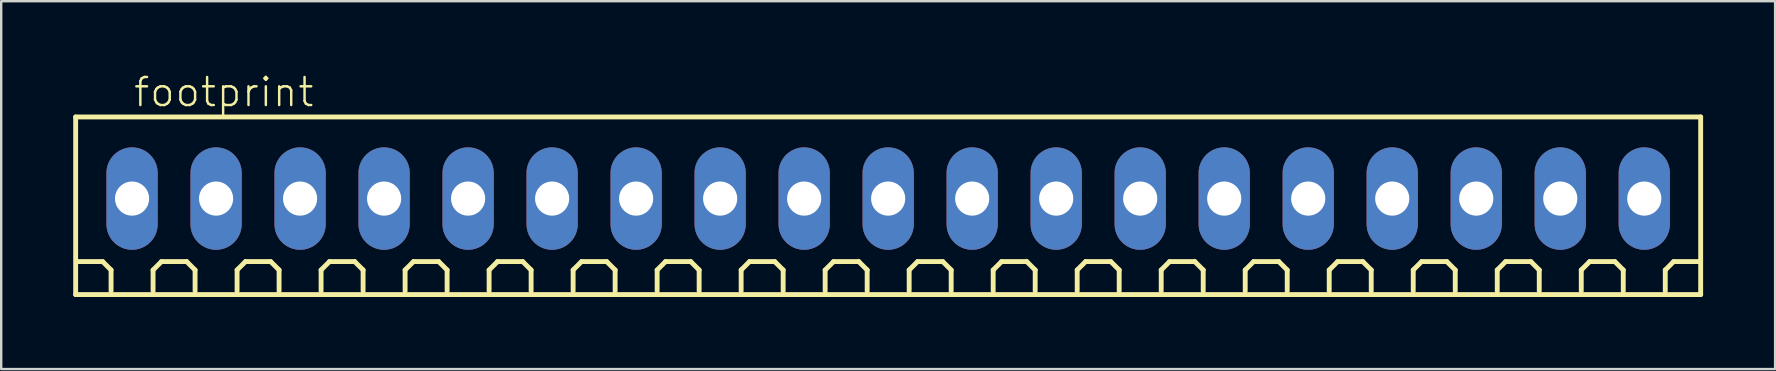
<source format=kicad_pcb>
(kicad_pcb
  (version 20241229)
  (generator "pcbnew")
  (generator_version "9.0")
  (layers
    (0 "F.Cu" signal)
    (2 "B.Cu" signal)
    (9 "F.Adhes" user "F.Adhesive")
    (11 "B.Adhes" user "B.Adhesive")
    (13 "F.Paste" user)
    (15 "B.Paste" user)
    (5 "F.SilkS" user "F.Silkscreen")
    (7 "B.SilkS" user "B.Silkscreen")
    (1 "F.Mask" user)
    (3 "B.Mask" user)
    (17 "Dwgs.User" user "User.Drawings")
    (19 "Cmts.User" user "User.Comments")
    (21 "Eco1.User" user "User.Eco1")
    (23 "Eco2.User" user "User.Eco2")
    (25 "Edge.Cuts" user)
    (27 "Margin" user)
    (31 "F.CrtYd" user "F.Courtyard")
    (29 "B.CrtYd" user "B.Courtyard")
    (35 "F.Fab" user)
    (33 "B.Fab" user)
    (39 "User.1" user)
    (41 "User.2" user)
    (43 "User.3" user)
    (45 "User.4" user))
  (footprint "footprint"
    (layer "F.Cu")
    (at 33.952 5.223)
    (property "Reference" "footprint" (at -31.5 -3.75 0) (layer "F.SilkS") (effects (font (size 1.168 1.168) (thickness 0.102)) (justify left bottom)))
    (fp_line (start -33.85 -3.4) (end 33.85 -3.4) (stroke (width 0.203) (type solid)) (layer "F.SilkS"))
    (fp_line (start -33.85 4) (end -33.85 -3.4) (stroke (width 0.203) (type solid)) (layer "F.SilkS"))
    (fp_line (start -32.725 2.625) (end -33.775 2.625) (stroke (width 0.203) (type solid)) (layer "F.SilkS"))
    (fp_line (start -32.375 2.975) (end -32.725 2.625) (stroke (width 0.203) (type solid)) (layer "F.SilkS"))
    (fp_line (start -32.375 3.85) (end -32.375 2.975) (stroke (width 0.203) (type solid)) (layer "F.SilkS"))
    (fp_line (start -30.625 2.975) (end -30.275 2.625) (stroke (width 0.203) (type solid)) (layer "F.SilkS"))
    (fp_line (start -30.625 3.85) (end -30.625 2.975) (stroke (width 0.203) (type solid)) (layer "F.SilkS"))
    (fp_line (start -30.275 2.625) (end -29.225 2.625) (stroke (width 0.203) (type solid)) (layer "F.SilkS"))
    (fp_line (start -29.225 2.625) (end -28.875 2.975) (stroke (width 0.203) (type solid)) (layer "F.SilkS"))
    (fp_line (start -28.875 2.975) (end -28.875 3.85) (stroke (width 0.203) (type solid)) (layer "F.SilkS"))
    (fp_line (start -27.125 2.975) (end -26.775 2.625) (stroke (width 0.203) (type solid)) (layer "F.SilkS"))
    (fp_line (start -27.125 3.85) (end -27.125 2.975) (stroke (width 0.203) (type solid)) (layer "F.SilkS"))
    (fp_line (start -26.775 2.625) (end -25.725 2.625) (stroke (width 0.203) (type solid)) (layer "F.SilkS"))
    (fp_line (start -25.725 2.625) (end -25.375 2.975) (stroke (width 0.203) (type solid)) (layer "F.SilkS"))
    (fp_line (start -25.375 2.975) (end -25.375 3.85) (stroke (width 0.203) (type solid)) (layer "F.SilkS"))
    (fp_line (start -23.625 2.975) (end -23.275 2.625) (stroke (width 0.203) (type solid)) (layer "F.SilkS"))
    (fp_line (start -23.625 3.85) (end -23.625 2.975) (stroke (width 0.203) (type solid)) (layer "F.SilkS"))
    (fp_line (start -23.275 2.625) (end -22.225 2.625) (stroke (width 0.203) (type solid)) (layer "F.SilkS"))
    (fp_line (start -22.225 2.625) (end -21.875 2.975) (stroke (width 0.203) (type solid)) (layer "F.SilkS"))
    (fp_line (start -21.875 2.975) (end -21.875 3.85) (stroke (width 0.203) (type solid)) (layer "F.SilkS"))
    (fp_line (start -20.125 2.975) (end -19.775 2.625) (stroke (width 0.203) (type solid)) (layer "F.SilkS"))
    (fp_line (start -20.125 3.85) (end -20.125 2.975) (stroke (width 0.203) (type solid)) (layer "F.SilkS"))
    (fp_line (start -19.775 2.625) (end -18.725 2.625) (stroke (width 0.203) (type solid)) (layer "F.SilkS"))
    (fp_line (start -18.725 2.625) (end -18.375 2.975) (stroke (width 0.203) (type solid)) (layer "F.SilkS"))
    (fp_line (start -18.375 2.975) (end -18.375 3.85) (stroke (width 0.203) (type solid)) (layer "F.SilkS"))
    (fp_line (start -16.625 2.975) (end -16.275 2.625) (stroke (width 0.203) (type solid)) (layer "F.SilkS"))
    (fp_line (start -16.625 3.85) (end -16.625 2.975) (stroke (width 0.203) (type solid)) (layer "F.SilkS"))
    (fp_line (start -16.275 2.625) (end -15.225 2.625) (stroke (width 0.203) (type solid)) (layer "F.SilkS"))
    (fp_line (start -15.225 2.625) (end -14.875 2.975) (stroke (width 0.203) (type solid)) (layer "F.SilkS"))
    (fp_line (start -14.875 2.975) (end -14.875 3.85) (stroke (width 0.203) (type solid)) (layer "F.SilkS"))
    (fp_line (start -13.125 2.975) (end -12.775 2.625) (stroke (width 0.203) (type solid)) (layer "F.SilkS"))
    (fp_line (start -13.125 3.85) (end -13.125 2.975) (stroke (width 0.203) (type solid)) (layer "F.SilkS"))
    (fp_line (start -12.775 2.625) (end -11.725 2.625) (stroke (width 0.203) (type solid)) (layer "F.SilkS"))
    (fp_line (start -11.725 2.625) (end -11.375 2.975) (stroke (width 0.203) (type solid)) (layer "F.SilkS"))
    (fp_line (start -11.375 2.975) (end -11.375 3.85) (stroke (width 0.203) (type solid)) (layer "F.SilkS"))
    (fp_line (start -9.625 2.975) (end -9.275 2.625) (stroke (width 0.203) (type solid)) (layer "F.SilkS"))
    (fp_line (start -9.625 3.85) (end -9.625 2.975) (stroke (width 0.203) (type solid)) (layer "F.SilkS"))
    (fp_line (start -9.275 2.625) (end -8.225 2.625) (stroke (width 0.203) (type solid)) (layer "F.SilkS"))
    (fp_line (start -8.225 2.625) (end -7.875 2.975) (stroke (width 0.203) (type solid)) (layer "F.SilkS"))
    (fp_line (start -7.875 2.975) (end -7.875 3.85) (stroke (width 0.203) (type solid)) (layer "F.SilkS"))
    (fp_line (start -6.125 2.975) (end -5.775 2.625) (stroke (width 0.203) (type solid)) (layer "F.SilkS"))
    (fp_line (start -6.125 3.85) (end -6.125 2.975) (stroke (width 0.203) (type solid)) (layer "F.SilkS"))
    (fp_line (start -5.775 2.625) (end -4.725 2.625) (stroke (width 0.203) (type solid)) (layer "F.SilkS"))
    (fp_line (start -4.725 2.625) (end -4.375 2.975) (stroke (width 0.203) (type solid)) (layer "F.SilkS"))
    (fp_line (start -4.375 2.975) (end -4.375 3.85) (stroke (width 0.203) (type solid)) (layer "F.SilkS"))
    (fp_line (start -2.625 2.975) (end -2.275 2.625) (stroke (width 0.203) (type solid)) (layer "F.SilkS"))
    (fp_line (start -2.625 3.85) (end -2.625 2.975) (stroke (width 0.203) (type solid)) (layer "F.SilkS"))
    (fp_line (start -2.275 2.625) (end -1.225 2.625) (stroke (width 0.203) (type solid)) (layer "F.SilkS"))
    (fp_line (start -1.225 2.625) (end -0.875 2.975) (stroke (width 0.203) (type solid)) (layer "F.SilkS"))
    (fp_line (start -0.875 2.975) (end -0.875 3.85) (stroke (width 0.203) (type solid)) (layer "F.SilkS"))
    (fp_line (start 0.875 2.975) (end 1.225 2.625) (stroke (width 0.203) (type solid)) (layer "F.SilkS"))
    (fp_line (start 0.875 3.85) (end 0.875 2.975) (stroke (width 0.203) (type solid)) (layer "F.SilkS"))
    (fp_line (start 1.225 2.625) (end 2.275 2.625) (stroke (width 0.203) (type solid)) (layer "F.SilkS"))
    (fp_line (start 2.275 2.625) (end 2.625 2.975) (stroke (width 0.203) (type solid)) (layer "F.SilkS"))
    (fp_line (start 2.625 2.975) (end 2.625 3.85) (stroke (width 0.203) (type solid)) (layer "F.SilkS"))
    (fp_line (start 4.375 2.975) (end 4.725 2.625) (stroke (width 0.203) (type solid)) (layer "F.SilkS"))
    (fp_line (start 4.375 3.85) (end 4.375 2.975) (stroke (width 0.203) (type solid)) (layer "F.SilkS"))
    (fp_line (start 4.725 2.625) (end 5.775 2.625) (stroke (width 0.203) (type solid)) (layer "F.SilkS"))
    (fp_line (start 5.775 2.625) (end 6.125 2.975) (stroke (width 0.203) (type solid)) (layer "F.SilkS"))
    (fp_line (start 6.125 2.975) (end 6.125 3.85) (stroke (width 0.203) (type solid)) (layer "F.SilkS"))
    (fp_line (start 7.875 2.975) (end 8.225 2.625) (stroke (width 0.203) (type solid)) (layer "F.SilkS"))
    (fp_line (start 7.875 3.85) (end 7.875 2.975) (stroke (width 0.203) (type solid)) (layer "F.SilkS"))
    (fp_line (start 8.225 2.625) (end 9.275 2.625) (stroke (width 0.203) (type solid)) (layer "F.SilkS"))
    (fp_line (start 9.275 2.625) (end 9.625 2.975) (stroke (width 0.203) (type solid)) (layer "F.SilkS"))
    (fp_line (start 9.625 2.975) (end 9.625 3.85) (stroke (width 0.203) (type solid)) (layer "F.SilkS"))
    (fp_line (start 11.375 2.975) (end 11.725 2.625) (stroke (width 0.203) (type solid)) (layer "F.SilkS"))
    (fp_line (start 11.375 3.85) (end 11.375 2.975) (stroke (width 0.203) (type solid)) (layer "F.SilkS"))
    (fp_line (start 11.725 2.625) (end 12.775 2.625) (stroke (width 0.203) (type solid)) (layer "F.SilkS"))
    (fp_line (start 12.775 2.625) (end 13.125 2.975) (stroke (width 0.203) (type solid)) (layer "F.SilkS"))
    (fp_line (start 13.125 2.975) (end 13.125 3.85) (stroke (width 0.203) (type solid)) (layer "F.SilkS"))
    (fp_line (start 14.875 2.975) (end 15.225 2.625) (stroke (width 0.203) (type solid)) (layer "F.SilkS"))
    (fp_line (start 14.875 3.85) (end 14.875 2.975) (stroke (width 0.203) (type solid)) (layer "F.SilkS"))
    (fp_line (start 15.225 2.625) (end 16.275 2.625) (stroke (width 0.203) (type solid)) (layer "F.SilkS"))
    (fp_line (start 16.275 2.625) (end 16.625 2.975) (stroke (width 0.203) (type solid)) (layer "F.SilkS"))
    (fp_line (start 16.625 2.975) (end 16.625 3.85) (stroke (width 0.203) (type solid)) (layer "F.SilkS"))
    (fp_line (start 18.375 2.975) (end 18.725 2.625) (stroke (width 0.203) (type solid)) (layer "F.SilkS"))
    (fp_line (start 18.375 3.85) (end 18.375 2.975) (stroke (width 0.203) (type solid)) (layer "F.SilkS"))
    (fp_line (start 18.725 2.625) (end 19.775 2.625) (stroke (width 0.203) (type solid)) (layer "F.SilkS"))
    (fp_line (start 19.775 2.625) (end 20.125 2.975) (stroke (width 0.203) (type solid)) (layer "F.SilkS"))
    (fp_line (start 20.125 2.975) (end 20.125 3.85) (stroke (width 0.203) (type solid)) (layer "F.SilkS"))
    (fp_line (start 21.875 2.975) (end 22.225 2.625) (stroke (width 0.203) (type solid)) (layer "F.SilkS"))
    (fp_line (start 21.875 3.85) (end 21.875 2.975) (stroke (width 0.203) (type solid)) (layer "F.SilkS"))
    (fp_line (start 22.225 2.625) (end 23.275 2.625) (stroke (width 0.203) (type solid)) (layer "F.SilkS"))
    (fp_line (start 23.275 2.625) (end 23.625 2.975) (stroke (width 0.203) (type solid)) (layer "F.SilkS"))
    (fp_line (start 23.625 2.975) (end 23.625 3.85) (stroke (width 0.203) (type solid)) (layer "F.SilkS"))
    (fp_line (start 25.375 2.975) (end 25.725 2.625) (stroke (width 0.203) (type solid)) (layer "F.SilkS"))
    (fp_line (start 25.375 3.85) (end 25.375 2.975) (stroke (width 0.203) (type solid)) (layer "F.SilkS"))
    (fp_line (start 25.725 2.625) (end 26.775 2.625) (stroke (width 0.203) (type solid)) (layer "F.SilkS"))
    (fp_line (start 26.775 2.625) (end 27.125 2.975) (stroke (width 0.203) (type solid)) (layer "F.SilkS"))
    (fp_line (start 27.125 2.975) (end 27.125 3.85) (stroke (width 0.203) (type solid)) (layer "F.SilkS"))
    (fp_line (start 28.875 2.975) (end 29.225 2.625) (stroke (width 0.203) (type solid)) (layer "F.SilkS"))
    (fp_line (start 28.875 3.85) (end 28.875 2.975) (stroke (width 0.203) (type solid)) (layer "F.SilkS"))
    (fp_line (start 29.225 2.625) (end 30.275 2.625) (stroke (width 0.203) (type solid)) (layer "F.SilkS"))
    (fp_line (start 30.275 2.625) (end 30.625 2.975) (stroke (width 0.203) (type solid)) (layer "F.SilkS"))
    (fp_line (start 30.625 2.975) (end 30.625 3.85) (stroke (width 0.203) (type solid)) (layer "F.SilkS"))
    (fp_line (start 32.375 2.975) (end 32.725 2.625) (stroke (width 0.203) (type solid)) (layer "F.SilkS"))
    (fp_line (start 32.375 3.85) (end 32.375 2.975) (stroke (width 0.203) (type solid)) (layer "F.SilkS"))
    (fp_line (start 32.725 2.625) (end 33.775 2.625) (stroke (width 0.203) (type solid)) (layer "F.SilkS"))
    (fp_line (start 33.85 -3.4) (end 33.85 4) (stroke (width 0.203) (type solid)) (layer "F.SilkS"))
    (fp_line (start 33.85 4) (end -33.85 4) (stroke (width 0.203) (type solid)) (layer "F.SilkS"))
    (pad "1" thru_hole oval (at -31.5 0 90) (size 4.267 2.134) (drill 1.422) (layers "*.Cu" "*.Mask"))
    (pad "2" thru_hole oval (at -28 0 90) (size 4.267 2.134) (drill 1.422) (layers "*.Cu" "*.Mask"))
    (pad "3" thru_hole oval (at -24.5 0 90) (size 4.267 2.134) (drill 1.422) (layers "*.Cu" "*.Mask"))
    (pad "4" thru_hole oval (at -21 0 90) (size 4.267 2.134) (drill 1.422) (layers "*.Cu" "*.Mask"))
    (pad "5" thru_hole oval (at -17.5 0 90) (size 4.267 2.134) (drill 1.422) (layers "*.Cu" "*.Mask"))
    (pad "6" thru_hole oval (at -14 0 90) (size 4.267 2.134) (drill 1.422) (layers "*.Cu" "*.Mask"))
    (pad "7" thru_hole oval (at -10.5 0 90) (size 4.267 2.134) (drill 1.422) (layers "*.Cu" "*.Mask"))
    (pad "8" thru_hole oval (at -7 0 90) (size 4.267 2.134) (drill 1.422) (layers "*.Cu" "*.Mask"))
    (pad "9" thru_hole oval (at -3.5 0 90) (size 4.267 2.134) (drill 1.422) (layers "*.Cu" "*.Mask"))
    (pad "10" thru_hole oval (at 0 0 90) (size 4.267 2.134) (drill 1.422) (layers "*.Cu" "*.Mask"))
    (pad "11" thru_hole oval (at 3.5 0 90) (size 4.267 2.134) (drill 1.422) (layers "*.Cu" "*.Mask"))
    (pad "12" thru_hole oval (at 7 0 90) (size 4.267 2.134) (drill 1.422) (layers "*.Cu" "*.Mask"))
    (pad "13" thru_hole oval (at 10.5 0 90) (size 4.267 2.134) (drill 1.422) (layers "*.Cu" "*.Mask"))
    (pad "14" thru_hole oval (at 14 0 90) (size 4.267 2.134) (drill 1.422) (layers "*.Cu" "*.Mask"))
    (pad "15" thru_hole oval (at 17.5 0 90) (size 4.267 2.134) (drill 1.422) (layers "*.Cu" "*.Mask"))
    (pad "16" thru_hole oval (at 21 0 90) (size 4.267 2.134) (drill 1.422) (layers "*.Cu" "*.Mask"))
    (pad "17" thru_hole oval (at 24.5 0 90) (size 4.267 2.134) (drill 1.422) (layers "*.Cu" "*.Mask"))
    (pad "18" thru_hole oval (at 28 0 90) (size 4.267 2.134) (drill 1.422) (layers "*.Cu" "*.Mask"))
    (pad "19" thru_hole oval (at 31.5 0 90) (size 4.267 2.134) (drill 1.422) (layers "*.Cu" "*.Mask")))
  (gr_rect
    (start -3 -3)
    (end 70.903 12.325)
    (stroke (width 0.1) (type default))
    (fill no)
    (layer "Edge.Cuts")))
</source>
